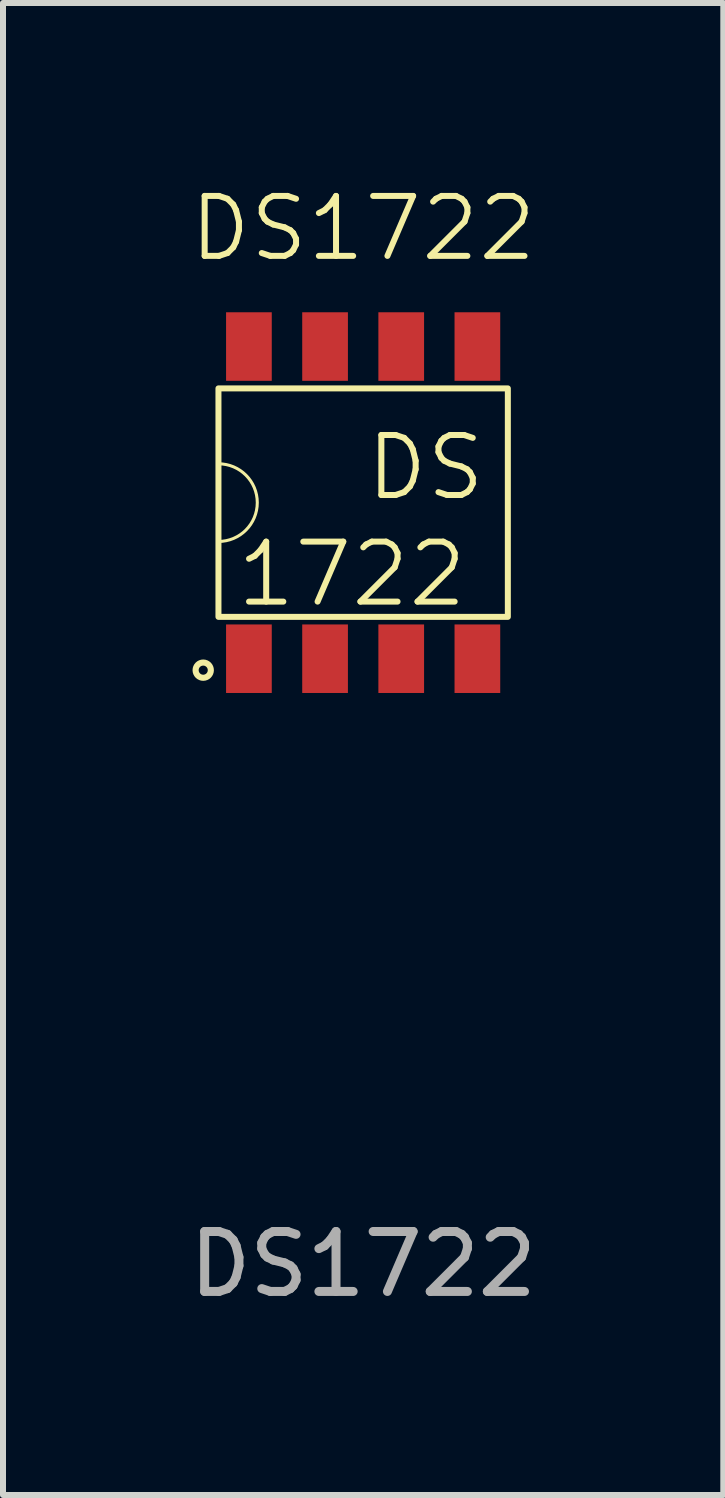
<source format=kicad_pcb>
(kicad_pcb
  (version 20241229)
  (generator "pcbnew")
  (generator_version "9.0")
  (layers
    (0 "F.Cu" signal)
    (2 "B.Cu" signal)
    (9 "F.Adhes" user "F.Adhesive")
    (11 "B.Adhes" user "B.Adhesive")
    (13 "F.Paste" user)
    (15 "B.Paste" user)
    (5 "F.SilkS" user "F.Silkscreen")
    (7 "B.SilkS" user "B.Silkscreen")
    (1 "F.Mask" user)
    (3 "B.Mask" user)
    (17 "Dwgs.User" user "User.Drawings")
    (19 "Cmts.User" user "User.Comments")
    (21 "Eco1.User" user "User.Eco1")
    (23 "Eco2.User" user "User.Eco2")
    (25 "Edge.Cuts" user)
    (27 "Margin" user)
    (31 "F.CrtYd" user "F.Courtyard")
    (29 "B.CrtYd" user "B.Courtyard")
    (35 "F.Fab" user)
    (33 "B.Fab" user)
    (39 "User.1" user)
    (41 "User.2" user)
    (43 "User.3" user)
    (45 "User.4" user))
  (footprint "DS1722"
    (layer "F.Cu")
    (at 3.006 5.332)
    (property "Reference" "DS1722" (at 0 -4.572 0) (unlocked yes) (layer "F.SilkS") (effects (font (size 1 1) (thickness 0.1))))
    (attr smd)
    (fp_rect (start -2.413 -1.905) (end 2.413 1.905) (stroke (width 0.1) (type default)) (fill no) (layer "F.SilkS"))
    (fp_arc (start -2.413 -0.647575) (mid -1.765425 0) (end -2.413 0.647575) (stroke (width 0.0508) (type default)) (layer "F.SilkS"))
    (fp_circle (center -2.667 2.794) (end -2.54 2.794) (stroke (width 0.102) (type default)) (fill no) (layer "F.SilkS"))
    (fp_text user "DS" (at 0 0 0) (unlocked yes) (layer "F.SilkS") (effects (font (size 1 1) (thickness 0.1)) (justify left bottom)))
    (fp_text user "1722" (at -2.159 1.778 0) (unlocked yes) (layer "F.SilkS") (effects (font (size 1 1) (thickness 0.1)) (justify left bottom)))
    (fp_text user "${REFERENCE}" (at 0 12.7 0) (unlocked yes) (layer "F.Fab") (effects (font (size 1 1) (thickness 0.15))))
    (pad "1" smd rect (at -1.905 2.603) (size 0.762 1.143) (layers "F.Cu" "F.Mask" "F.Paste"))
    (pad "2" smd rect (at -0.635 2.603) (size 0.762 1.143) (layers "F.Cu" "F.Mask" "F.Paste"))
    (pad "3" smd rect (at 0.635 2.603) (size 0.762 1.143) (layers "F.Cu" "F.Mask" "F.Paste"))
    (pad "4" smd rect (at 1.905 2.603) (size 0.762 1.143) (layers "F.Cu" "F.Mask" "F.Paste"))
    (pad "5" smd rect (at 1.905 -2.603) (size 0.762 1.143) (layers "F.Cu" "F.Mask" "F.Paste"))
    (pad "6" smd rect (at 0.635 -2.603) (size 0.762 1.143) (layers "F.Cu" "F.Mask" "F.Paste"))
    (pad "7" smd rect (at -0.635 -2.603) (size 0.762 1.143) (layers "F.Cu" "F.Mask" "F.Paste"))
    (pad "8" smd rect (at -1.905 -2.603) (size 0.762 1.143) (layers "F.Cu" "F.Mask" "F.Paste")))
  (gr_rect
    (start -3 -3)
    (end 9.012 21.881)
    (stroke (width 0.1) (type default))
    (fill no)
    (layer "Edge.Cuts")))
</source>
